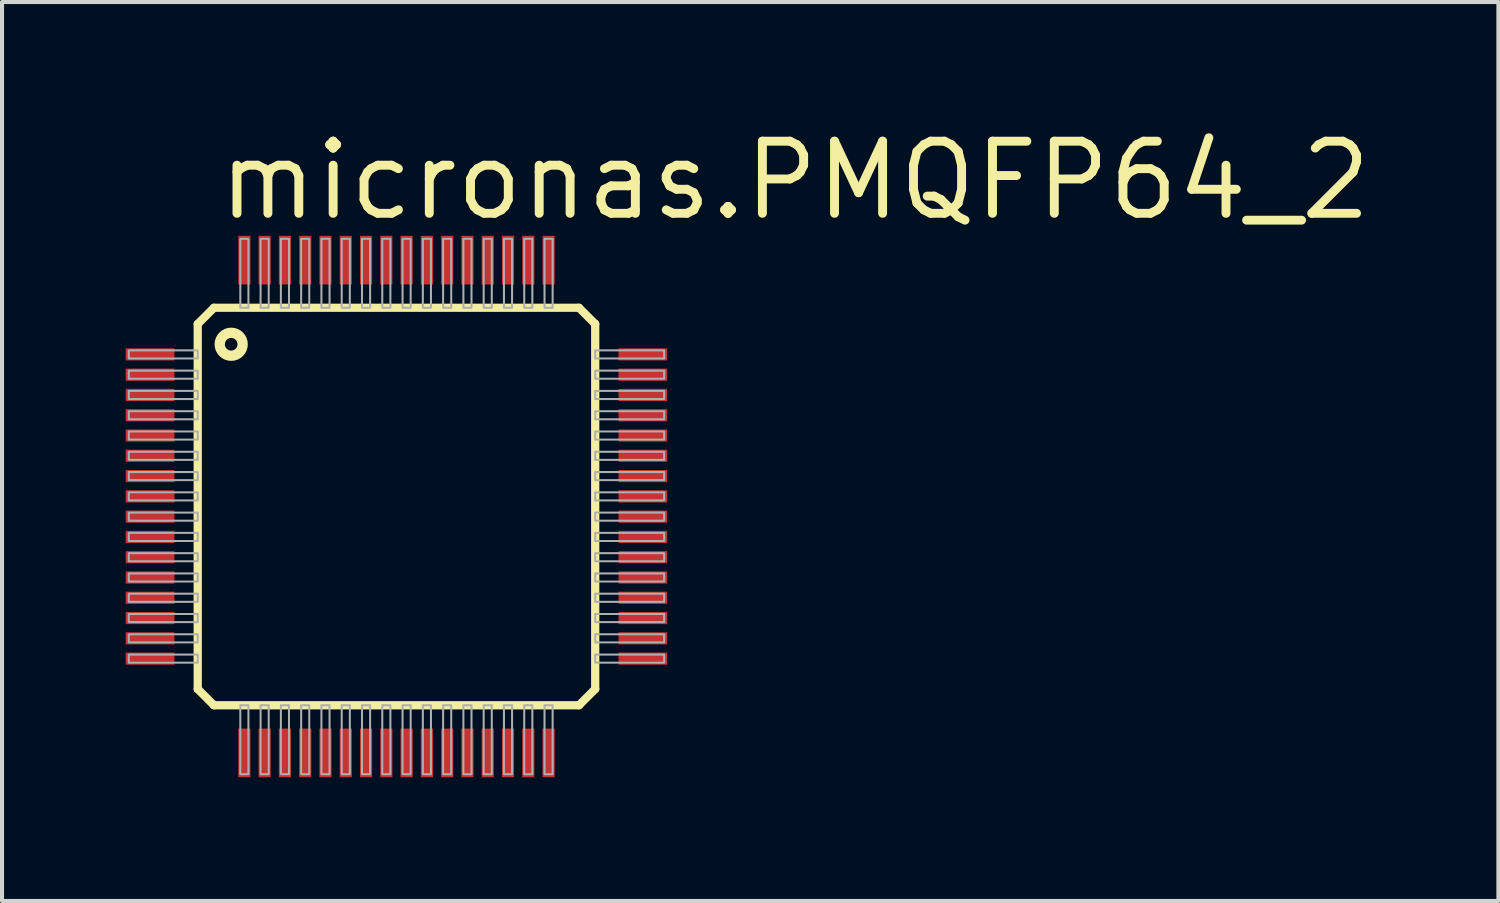
<source format=kicad_pcb>
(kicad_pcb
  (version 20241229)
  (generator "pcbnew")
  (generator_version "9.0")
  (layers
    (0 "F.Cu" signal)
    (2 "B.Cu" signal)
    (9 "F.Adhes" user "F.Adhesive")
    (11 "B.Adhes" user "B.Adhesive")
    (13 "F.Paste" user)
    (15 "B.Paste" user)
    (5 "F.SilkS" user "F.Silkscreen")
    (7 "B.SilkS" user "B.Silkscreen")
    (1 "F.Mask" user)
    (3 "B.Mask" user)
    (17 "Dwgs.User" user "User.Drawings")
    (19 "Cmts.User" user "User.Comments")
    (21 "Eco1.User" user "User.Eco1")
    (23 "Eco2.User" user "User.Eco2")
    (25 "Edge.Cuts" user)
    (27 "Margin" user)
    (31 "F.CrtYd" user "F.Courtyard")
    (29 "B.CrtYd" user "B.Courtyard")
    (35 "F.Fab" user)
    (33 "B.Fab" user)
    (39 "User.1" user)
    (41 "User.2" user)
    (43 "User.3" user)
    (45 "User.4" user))
  (footprint "micronas.PMQFP64_2"
    (layer "F.Cu")
    (at 6.725 9.438)
    (property "Reference" "micronas.PMQFP64_2" (at -4.5 -7 0) (layer "F.SilkS") (effects (font (size 1.778 1.778) (thickness 0.22)) (justify left bottom)))
    (attr smd)
    (fp_rect (start -6.7 -3.575) (end -5.45 -3.925) (stroke (width 0.05) (type default)) (fill yes) (layer "F.Mask"))
    (fp_rect (start -6.7 -3.075) (end -5.45 -3.425) (stroke (width 0.05) (type default)) (fill yes) (layer "F.Mask"))
    (fp_rect (start -6.7 -2.575) (end -5.45 -2.925) (stroke (width 0.05) (type default)) (fill yes) (layer "F.Mask"))
    (fp_rect (start -6.7 -2.075) (end -5.45 -2.425) (stroke (width 0.05) (type default)) (fill yes) (layer "F.Mask"))
    (fp_rect (start -6.7 -1.575) (end -5.45 -1.925) (stroke (width 0.05) (type default)) (fill yes) (layer "F.Mask"))
    (fp_rect (start -6.7 -1.075) (end -5.45 -1.425) (stroke (width 0.05) (type default)) (fill yes) (layer "F.Mask"))
    (fp_rect (start -6.7 -0.575) (end -5.45 -0.925) (stroke (width 0.05) (type default)) (fill yes) (layer "F.Mask"))
    (fp_rect (start -6.7 -0.075) (end -5.45 -0.425) (stroke (width 0.05) (type default)) (fill yes) (layer "F.Mask"))
    (fp_rect (start -6.7 0.425) (end -5.45 0.075) (stroke (width 0.05) (type default)) (fill yes) (layer "F.Mask"))
    (fp_rect (start -6.7 0.925) (end -5.45 0.575) (stroke (width 0.05) (type default)) (fill yes) (layer "F.Mask"))
    (fp_rect (start -6.7 1.425) (end -5.45 1.075) (stroke (width 0.05) (type default)) (fill yes) (layer "F.Mask"))
    (fp_rect (start -6.7 1.925) (end -5.45 1.575) (stroke (width 0.05) (type default)) (fill yes) (layer "F.Mask"))
    (fp_rect (start -6.7 2.425) (end -5.45 2.075) (stroke (width 0.05) (type default)) (fill yes) (layer "F.Mask"))
    (fp_rect (start -6.7 2.925) (end -5.45 2.575) (stroke (width 0.05) (type default)) (fill yes) (layer "F.Mask"))
    (fp_rect (start -6.7 3.425) (end -5.45 3.075) (stroke (width 0.05) (type default)) (fill yes) (layer "F.Mask"))
    (fp_rect (start -6.7 3.925) (end -5.45 3.575) (stroke (width 0.05) (type default)) (fill yes) (layer "F.Mask"))
    (fp_rect (start -3.925 -5.45) (end -3.575 -6.7) (stroke (width 0.05) (type default)) (fill yes) (layer "F.Mask"))
    (fp_rect (start -3.925 6.7) (end -3.575 5.45) (stroke (width 0.05) (type default)) (fill yes) (layer "F.Mask"))
    (fp_rect (start -3.425 -5.45) (end -3.075 -6.7) (stroke (width 0.05) (type default)) (fill yes) (layer "F.Mask"))
    (fp_rect (start -3.425 6.7) (end -3.075 5.45) (stroke (width 0.05) (type default)) (fill yes) (layer "F.Mask"))
    (fp_rect (start -2.925 -5.45) (end -2.575 -6.7) (stroke (width 0.05) (type default)) (fill yes) (layer "F.Mask"))
    (fp_rect (start -2.925 6.7) (end -2.575 5.45) (stroke (width 0.05) (type default)) (fill yes) (layer "F.Mask"))
    (fp_rect (start -2.425 -5.45) (end -2.075 -6.7) (stroke (width 0.05) (type default)) (fill yes) (layer "F.Mask"))
    (fp_rect (start -2.425 6.7) (end -2.075 5.45) (stroke (width 0.05) (type default)) (fill yes) (layer "F.Mask"))
    (fp_rect (start -1.925 -5.45) (end -1.575 -6.7) (stroke (width 0.05) (type default)) (fill yes) (layer "F.Mask"))
    (fp_rect (start -1.925 6.7) (end -1.575 5.45) (stroke (width 0.05) (type default)) (fill yes) (layer "F.Mask"))
    (fp_rect (start -1.425 -5.45) (end -1.075 -6.7) (stroke (width 0.05) (type default)) (fill yes) (layer "F.Mask"))
    (fp_rect (start -1.425 6.7) (end -1.075 5.45) (stroke (width 0.05) (type default)) (fill yes) (layer "F.Mask"))
    (fp_rect (start -0.925 -5.45) (end -0.575 -6.7) (stroke (width 0.05) (type default)) (fill yes) (layer "F.Mask"))
    (fp_rect (start -0.925 6.7) (end -0.575 5.45) (stroke (width 0.05) (type default)) (fill yes) (layer "F.Mask"))
    (fp_rect (start -0.425 -5.45) (end -0.075 -6.7) (stroke (width 0.05) (type default)) (fill yes) (layer "F.Mask"))
    (fp_rect (start -0.425 6.7) (end -0.075 5.45) (stroke (width 0.05) (type default)) (fill yes) (layer "F.Mask"))
    (fp_rect (start 0.075 -5.45) (end 0.425 -6.7) (stroke (width 0.05) (type default)) (fill yes) (layer "F.Mask"))
    (fp_rect (start 0.075 6.7) (end 0.425 5.45) (stroke (width 0.05) (type default)) (fill yes) (layer "F.Mask"))
    (fp_rect (start 0.575 -5.45) (end 0.925 -6.7) (stroke (width 0.05) (type default)) (fill yes) (layer "F.Mask"))
    (fp_rect (start 0.575 6.7) (end 0.925 5.45) (stroke (width 0.05) (type default)) (fill yes) (layer "F.Mask"))
    (fp_rect (start 1.075 -5.45) (end 1.425 -6.7) (stroke (width 0.05) (type default)) (fill yes) (layer "F.Mask"))
    (fp_rect (start 1.075 6.7) (end 1.425 5.45) (stroke (width 0.05) (type default)) (fill yes) (layer "F.Mask"))
    (fp_rect (start 1.575 -5.45) (end 1.925 -6.7) (stroke (width 0.05) (type default)) (fill yes) (layer "F.Mask"))
    (fp_rect (start 1.575 6.7) (end 1.925 5.45) (stroke (width 0.05) (type default)) (fill yes) (layer "F.Mask"))
    (fp_rect (start 2.075 -5.45) (end 2.425 -6.7) (stroke (width 0.05) (type default)) (fill yes) (layer "F.Mask"))
    (fp_rect (start 2.075 6.7) (end 2.425 5.45) (stroke (width 0.05) (type default)) (fill yes) (layer "F.Mask"))
    (fp_rect (start 2.575 -5.45) (end 2.925 -6.7) (stroke (width 0.05) (type default)) (fill yes) (layer "F.Mask"))
    (fp_rect (start 2.575 6.7) (end 2.925 5.45) (stroke (width 0.05) (type default)) (fill yes) (layer "F.Mask"))
    (fp_rect (start 3.075 -5.45) (end 3.425 -6.7) (stroke (width 0.05) (type default)) (fill yes) (layer "F.Mask"))
    (fp_rect (start 3.075 6.7) (end 3.425 5.45) (stroke (width 0.05) (type default)) (fill yes) (layer "F.Mask"))
    (fp_rect (start 3.575 -5.45) (end 3.925 -6.7) (stroke (width 0.05) (type default)) (fill yes) (layer "F.Mask"))
    (fp_rect (start 3.575 6.7) (end 3.925 5.45) (stroke (width 0.05) (type default)) (fill yes) (layer "F.Mask"))
    (fp_rect (start 5.45 -3.575) (end 6.7 -3.925) (stroke (width 0.05) (type default)) (fill yes) (layer "F.Mask"))
    (fp_rect (start 5.45 -3.075) (end 6.7 -3.425) (stroke (width 0.05) (type default)) (fill yes) (layer "F.Mask"))
    (fp_rect (start 5.45 -2.575) (end 6.7 -2.925) (stroke (width 0.05) (type default)) (fill yes) (layer "F.Mask"))
    (fp_rect (start 5.45 -2.075) (end 6.7 -2.425) (stroke (width 0.05) (type default)) (fill yes) (layer "F.Mask"))
    (fp_rect (start 5.45 -1.575) (end 6.7 -1.925) (stroke (width 0.05) (type default)) (fill yes) (layer "F.Mask"))
    (fp_rect (start 5.45 -1.075) (end 6.7 -1.425) (stroke (width 0.05) (type default)) (fill yes) (layer "F.Mask"))
    (fp_rect (start 5.45 -0.575) (end 6.7 -0.925) (stroke (width 0.05) (type default)) (fill yes) (layer "F.Mask"))
    (fp_rect (start 5.45 -0.075) (end 6.7 -0.425) (stroke (width 0.05) (type default)) (fill yes) (layer "F.Mask"))
    (fp_rect (start 5.45 0.425) (end 6.7 0.075) (stroke (width 0.05) (type default)) (fill yes) (layer "F.Mask"))
    (fp_rect (start 5.45 0.925) (end 6.7 0.575) (stroke (width 0.05) (type default)) (fill yes) (layer "F.Mask"))
    (fp_rect (start 5.45 1.425) (end 6.7 1.075) (stroke (width 0.05) (type default)) (fill yes) (layer "F.Mask"))
    (fp_rect (start 5.45 1.925) (end 6.7 1.575) (stroke (width 0.05) (type default)) (fill yes) (layer "F.Mask"))
    (fp_rect (start 5.45 2.425) (end 6.7 2.075) (stroke (width 0.05) (type default)) (fill yes) (layer "F.Mask"))
    (fp_rect (start 5.45 2.925) (end 6.7 2.575) (stroke (width 0.05) (type default)) (fill yes) (layer "F.Mask"))
    (fp_rect (start 5.45 3.425) (end 6.7 3.075) (stroke (width 0.05) (type default)) (fill yes) (layer "F.Mask"))
    (fp_rect (start 5.45 3.925) (end 6.7 3.575) (stroke (width 0.05) (type default)) (fill yes) (layer "F.Mask"))
    (fp_line (start -4.9 -4.5) (end -4.5 -4.9) (stroke (width 0.203) (type default)) (layer "F.SilkS"))
    (fp_line (start -4.9 4.5) (end -4.9 -4.5) (stroke (width 0.203) (type default)) (layer "F.SilkS"))
    (fp_line (start -4.5 -4.9) (end 4.5 -4.9) (stroke (width 0.203) (type default)) (layer "F.SilkS"))
    (fp_line (start -4.5 4.9) (end -4.9 4.5) (stroke (width 0.203) (type default)) (layer "F.SilkS"))
    (fp_line (start 4.5 -4.9) (end 4.9 -4.5) (stroke (width 0.203) (type default)) (layer "F.SilkS"))
    (fp_line (start 4.5 4.9) (end -4.5 4.9) (stroke (width 0.203) (type default)) (layer "F.SilkS"))
    (fp_line (start 4.9 -4.5) (end 4.9 4.5) (stroke (width 0.203) (type default)) (layer "F.SilkS"))
    (fp_line (start 4.9 4.5) (end 4.5 4.9) (stroke (width 0.203) (type default)) (layer "F.SilkS"))
    (fp_circle (center -4.075 -4) (end -3.792 -4) (stroke (width 0.254) (type default)) (fill no) (layer "F.SilkS"))
    (fp_rect (start -6.6 -3.65) (end -4.9 -3.85) (stroke (width 0.05) (type default)) (fill no) (layer "F.Fab"))
    (fp_rect (start -6.6 -3.15) (end -4.9 -3.35) (stroke (width 0.05) (type default)) (fill no) (layer "F.Fab"))
    (fp_rect (start -6.6 -2.65) (end -4.9 -2.85) (stroke (width 0.05) (type default)) (fill no) (layer "F.Fab"))
    (fp_rect (start -6.6 -2.15) (end -4.9 -2.35) (stroke (width 0.05) (type default)) (fill no) (layer "F.Fab"))
    (fp_rect (start -6.6 -1.65) (end -4.9 -1.85) (stroke (width 0.05) (type default)) (fill no) (layer "F.Fab"))
    (fp_rect (start -6.6 -1.15) (end -4.9 -1.35) (stroke (width 0.05) (type default)) (fill no) (layer "F.Fab"))
    (fp_rect (start -6.6 -0.65) (end -4.9 -0.85) (stroke (width 0.05) (type default)) (fill no) (layer "F.Fab"))
    (fp_rect (start -6.6 -0.15) (end -4.9 -0.35) (stroke (width 0.05) (type default)) (fill no) (layer "F.Fab"))
    (fp_rect (start -6.6 0.35) (end -4.9 0.15) (stroke (width 0.05) (type default)) (fill no) (layer "F.Fab"))
    (fp_rect (start -6.6 0.85) (end -4.9 0.65) (stroke (width 0.05) (type default)) (fill no) (layer "F.Fab"))
    (fp_rect (start -6.6 1.35) (end -4.9 1.15) (stroke (width 0.05) (type default)) (fill no) (layer "F.Fab"))
    (fp_rect (start -6.6 1.85) (end -4.9 1.65) (stroke (width 0.05) (type default)) (fill no) (layer "F.Fab"))
    (fp_rect (start -6.6 2.35) (end -4.9 2.15) (stroke (width 0.05) (type default)) (fill no) (layer "F.Fab"))
    (fp_rect (start -6.6 2.85) (end -4.9 2.65) (stroke (width 0.05) (type default)) (fill no) (layer "F.Fab"))
    (fp_rect (start -6.6 3.35) (end -4.9 3.15) (stroke (width 0.05) (type default)) (fill no) (layer "F.Fab"))
    (fp_rect (start -6.6 3.85) (end -4.9 3.65) (stroke (width 0.05) (type default)) (fill no) (layer "F.Fab"))
    (fp_rect (start -3.85 -4.9) (end -3.65 -6.6) (stroke (width 0.05) (type default)) (fill no) (layer "F.Fab"))
    (fp_rect (start -3.85 6.6) (end -3.65 4.9) (stroke (width 0.05) (type default)) (fill no) (layer "F.Fab"))
    (fp_rect (start -3.35 -4.9) (end -3.15 -6.6) (stroke (width 0.05) (type default)) (fill no) (layer "F.Fab"))
    (fp_rect (start -3.35 6.6) (end -3.15 4.9) (stroke (width 0.05) (type default)) (fill no) (layer "F.Fab"))
    (fp_rect (start -2.85 -4.9) (end -2.65 -6.6) (stroke (width 0.05) (type default)) (fill no) (layer "F.Fab"))
    (fp_rect (start -2.85 6.6) (end -2.65 4.9) (stroke (width 0.05) (type default)) (fill no) (layer "F.Fab"))
    (fp_rect (start -2.35 -4.9) (end -2.15 -6.6) (stroke (width 0.05) (type default)) (fill no) (layer "F.Fab"))
    (fp_rect (start -2.35 6.6) (end -2.15 4.9) (stroke (width 0.05) (type default)) (fill no) (layer "F.Fab"))
    (fp_rect (start -1.85 -4.9) (end -1.65 -6.6) (stroke (width 0.05) (type default)) (fill no) (layer "F.Fab"))
    (fp_rect (start -1.85 6.6) (end -1.65 4.9) (stroke (width 0.05) (type default)) (fill no) (layer "F.Fab"))
    (fp_rect (start -1.35 -4.9) (end -1.15 -6.6) (stroke (width 0.05) (type default)) (fill no) (layer "F.Fab"))
    (fp_rect (start -1.35 6.6) (end -1.15 4.9) (stroke (width 0.05) (type default)) (fill no) (layer "F.Fab"))
    (fp_rect (start -0.85 -4.9) (end -0.65 -6.6) (stroke (width 0.05) (type default)) (fill no) (layer "F.Fab"))
    (fp_rect (start -0.85 6.6) (end -0.65 4.9) (stroke (width 0.05) (type default)) (fill no) (layer "F.Fab"))
    (fp_rect (start -0.35 -4.9) (end -0.15 -6.6) (stroke (width 0.05) (type default)) (fill no) (layer "F.Fab"))
    (fp_rect (start -0.35 6.6) (end -0.15 4.9) (stroke (width 0.05) (type default)) (fill no) (layer "F.Fab"))
    (fp_rect (start 0.15 -4.9) (end 0.35 -6.6) (stroke (width 0.05) (type default)) (fill no) (layer "F.Fab"))
    (fp_rect (start 0.15 6.6) (end 0.35 4.9) (stroke (width 0.05) (type default)) (fill no) (layer "F.Fab"))
    (fp_rect (start 0.65 -4.9) (end 0.85 -6.6) (stroke (width 0.05) (type default)) (fill no) (layer "F.Fab"))
    (fp_rect (start 0.65 6.6) (end 0.85 4.9) (stroke (width 0.05) (type default)) (fill no) (layer "F.Fab"))
    (fp_rect (start 1.15 -4.9) (end 1.35 -6.6) (stroke (width 0.05) (type default)) (fill no) (layer "F.Fab"))
    (fp_rect (start 1.15 6.6) (end 1.35 4.9) (stroke (width 0.05) (type default)) (fill no) (layer "F.Fab"))
    (fp_rect (start 1.65 -4.9) (end 1.85 -6.6) (stroke (width 0.05) (type default)) (fill no) (layer "F.Fab"))
    (fp_rect (start 1.65 6.6) (end 1.85 4.9) (stroke (width 0.05) (type default)) (fill no) (layer "F.Fab"))
    (fp_rect (start 2.15 -4.9) (end 2.35 -6.6) (stroke (width 0.05) (type default)) (fill no) (layer "F.Fab"))
    (fp_rect (start 2.15 6.6) (end 2.35 4.9) (stroke (width 0.05) (type default)) (fill no) (layer "F.Fab"))
    (fp_rect (start 2.65 -4.9) (end 2.85 -6.6) (stroke (width 0.05) (type default)) (fill no) (layer "F.Fab"))
    (fp_rect (start 2.65 6.6) (end 2.85 4.9) (stroke (width 0.05) (type default)) (fill no) (layer "F.Fab"))
    (fp_rect (start 3.15 -4.9) (end 3.35 -6.6) (stroke (width 0.05) (type default)) (fill no) (layer "F.Fab"))
    (fp_rect (start 3.15 6.6) (end 3.35 4.9) (stroke (width 0.05) (type default)) (fill no) (layer "F.Fab"))
    (fp_rect (start 3.65 -4.9) (end 3.85 -6.6) (stroke (width 0.05) (type default)) (fill no) (layer "F.Fab"))
    (fp_rect (start 3.65 6.6) (end 3.85 4.9) (stroke (width 0.05) (type default)) (fill no) (layer "F.Fab"))
    (fp_rect (start 4.9 -3.65) (end 6.6 -3.85) (stroke (width 0.05) (type default)) (fill no) (layer "F.Fab"))
    (fp_rect (start 4.9 -3.15) (end 6.6 -3.35) (stroke (width 0.05) (type default)) (fill no) (layer "F.Fab"))
    (fp_rect (start 4.9 -2.65) (end 6.6 -2.85) (stroke (width 0.05) (type default)) (fill no) (layer "F.Fab"))
    (fp_rect (start 4.9 -2.15) (end 6.6 -2.35) (stroke (width 0.05) (type default)) (fill no) (layer "F.Fab"))
    (fp_rect (start 4.9 -1.65) (end 6.6 -1.85) (stroke (width 0.05) (type default)) (fill no) (layer "F.Fab"))
    (fp_rect (start 4.9 -1.15) (end 6.6 -1.35) (stroke (width 0.05) (type default)) (fill no) (layer "F.Fab"))
    (fp_rect (start 4.9 -0.65) (end 6.6 -0.85) (stroke (width 0.05) (type default)) (fill no) (layer "F.Fab"))
    (fp_rect (start 4.9 -0.15) (end 6.6 -0.35) (stroke (width 0.05) (type default)) (fill no) (layer "F.Fab"))
    (fp_rect (start 4.9 0.35) (end 6.6 0.15) (stroke (width 0.05) (type default)) (fill no) (layer "F.Fab"))
    (fp_rect (start 4.9 0.85) (end 6.6 0.65) (stroke (width 0.05) (type default)) (fill no) (layer "F.Fab"))
    (fp_rect (start 4.9 1.35) (end 6.6 1.15) (stroke (width 0.05) (type default)) (fill no) (layer "F.Fab"))
    (fp_rect (start 4.9 1.85) (end 6.6 1.65) (stroke (width 0.05) (type default)) (fill no) (layer "F.Fab"))
    (fp_rect (start 4.9 2.35) (end 6.6 2.15) (stroke (width 0.05) (type default)) (fill no) (layer "F.Fab"))
    (fp_rect (start 4.9 2.85) (end 6.6 2.65) (stroke (width 0.05) (type default)) (fill no) (layer "F.Fab"))
    (fp_rect (start 4.9 3.35) (end 6.6 3.15) (stroke (width 0.05) (type default)) (fill no) (layer "F.Fab"))
    (fp_rect (start 4.9 3.85) (end 6.6 3.65) (stroke (width 0.05) (type default)) (fill no) (layer "F.Fab"))
    (pad "1" smd roundrect (at -6.075 -3.75) (size 1.2 0.3) (layers "F.Cu" "F.Mask" "F.Paste") (roundrect_rratio 0.01))
    (pad "2" smd roundrect (at -6.075 -3.25) (size 1.2 0.3) (layers "F.Cu" "F.Mask" "F.Paste") (roundrect_rratio 0.01))
    (pad "3" smd roundrect (at -6.075 -2.75) (size 1.2 0.3) (layers "F.Cu" "F.Mask" "F.Paste") (roundrect_rratio 0.01))
    (pad "4" smd roundrect (at -6.075 -2.25) (size 1.2 0.3) (layers "F.Cu" "F.Mask" "F.Paste") (roundrect_rratio 0.01))
    (pad "5" smd roundrect (at -6.075 -1.75) (size 1.2 0.3) (layers "F.Cu" "F.Mask" "F.Paste") (roundrect_rratio 0.01))
    (pad "6" smd roundrect (at -6.075 -1.25) (size 1.2 0.3) (layers "F.Cu" "F.Mask" "F.Paste") (roundrect_rratio 0.01))
    (pad "7" smd roundrect (at -6.075 -0.75) (size 1.2 0.3) (layers "F.Cu" "F.Mask" "F.Paste") (roundrect_rratio 0.01))
    (pad "8" smd roundrect (at -6.075 -0.25) (size 1.2 0.3) (layers "F.Cu" "F.Mask" "F.Paste") (roundrect_rratio 0.01))
    (pad "9" smd roundrect (at -6.075 0.25) (size 1.2 0.3) (layers "F.Cu" "F.Mask" "F.Paste") (roundrect_rratio 0.01))
    (pad "10" smd roundrect (at -6.075 0.75) (size 1.2 0.3) (layers "F.Cu" "F.Mask" "F.Paste") (roundrect_rratio 0.01))
    (pad "11" smd roundrect (at -6.075 1.25) (size 1.2 0.3) (layers "F.Cu" "F.Mask" "F.Paste") (roundrect_rratio 0.01))
    (pad "12" smd roundrect (at -6.075 1.75) (size 1.2 0.3) (layers "F.Cu" "F.Mask" "F.Paste") (roundrect_rratio 0.01))
    (pad "13" smd roundrect (at -6.075 2.25) (size 1.2 0.3) (layers "F.Cu" "F.Mask" "F.Paste") (roundrect_rratio 0.01))
    (pad "14" smd roundrect (at -6.075 2.75) (size 1.2 0.3) (layers "F.Cu" "F.Mask" "F.Paste") (roundrect_rratio 0.01))
    (pad "15" smd roundrect (at -6.075 3.25) (size 1.2 0.3) (layers "F.Cu" "F.Mask" "F.Paste") (roundrect_rratio 0.01))
    (pad "16" smd roundrect (at -6.075 3.75) (size 1.2 0.3) (layers "F.Cu" "F.Mask" "F.Paste") (roundrect_rratio 0.01))
    (pad "17" smd roundrect (at -3.75 6.075 90) (size 1.2 0.3) (layers "F.Cu" "F.Mask" "F.Paste") (roundrect_rratio 0.01))
    (pad "18" smd roundrect (at -3.25 6.075 90) (size 1.2 0.3) (layers "F.Cu" "F.Mask" "F.Paste") (roundrect_rratio 0.01))
    (pad "19" smd roundrect (at -2.75 6.075 90) (size 1.2 0.3) (layers "F.Cu" "F.Mask" "F.Paste") (roundrect_rratio 0.01))
    (pad "20" smd roundrect (at -2.25 6.075 90) (size 1.2 0.3) (layers "F.Cu" "F.Mask" "F.Paste") (roundrect_rratio 0.01))
    (pad "21" smd roundrect (at -1.75 6.075 90) (size 1.2 0.3) (layers "F.Cu" "F.Mask" "F.Paste") (roundrect_rratio 0.01))
    (pad "22" smd roundrect (at -1.25 6.075 90) (size 1.2 0.3) (layers "F.Cu" "F.Mask" "F.Paste") (roundrect_rratio 0.01))
    (pad "23" smd roundrect (at -0.75 6.075 90) (size 1.2 0.3) (layers "F.Cu" "F.Mask" "F.Paste") (roundrect_rratio 0.01))
    (pad "24" smd roundrect (at -0.25 6.075 90) (size 1.2 0.3) (layers "F.Cu" "F.Mask" "F.Paste") (roundrect_rratio 0.01))
    (pad "25" smd roundrect (at 0.25 6.075 90) (size 1.2 0.3) (layers "F.Cu" "F.Mask" "F.Paste") (roundrect_rratio 0.01))
    (pad "26" smd roundrect (at 0.75 6.075 90) (size 1.2 0.3) (layers "F.Cu" "F.Mask" "F.Paste") (roundrect_rratio 0.01))
    (pad "27" smd roundrect (at 1.25 6.075 90) (size 1.2 0.3) (layers "F.Cu" "F.Mask" "F.Paste") (roundrect_rratio 0.01))
    (pad "28" smd roundrect (at 1.75 6.075 90) (size 1.2 0.3) (layers "F.Cu" "F.Mask" "F.Paste") (roundrect_rratio 0.01))
    (pad "29" smd roundrect (at 2.25 6.075 90) (size 1.2 0.3) (layers "F.Cu" "F.Mask" "F.Paste") (roundrect_rratio 0.01))
    (pad "30" smd roundrect (at 2.75 6.075 90) (size 1.2 0.3) (layers "F.Cu" "F.Mask" "F.Paste") (roundrect_rratio 0.01))
    (pad "31" smd roundrect (at 3.25 6.075 90) (size 1.2 0.3) (layers "F.Cu" "F.Mask" "F.Paste") (roundrect_rratio 0.01))
    (pad "32" smd roundrect (at 3.75 6.075 90) (size 1.2 0.3) (layers "F.Cu" "F.Mask" "F.Paste") (roundrect_rratio 0.01))
    (pad "33" smd roundrect (at 6.075 3.75 180) (size 1.2 0.3) (layers "F.Cu" "F.Mask" "F.Paste") (roundrect_rratio 0.01))
    (pad "34" smd roundrect (at 6.075 3.25 180) (size 1.2 0.3) (layers "F.Cu" "F.Mask" "F.Paste") (roundrect_rratio 0.01))
    (pad "35" smd roundrect (at 6.075 2.75 180) (size 1.2 0.3) (layers "F.Cu" "F.Mask" "F.Paste") (roundrect_rratio 0.01))
    (pad "36" smd roundrect (at 6.075 2.25 180) (size 1.2 0.3) (layers "F.Cu" "F.Mask" "F.Paste") (roundrect_rratio 0.01))
    (pad "37" smd roundrect (at 6.075 1.75 180) (size 1.2 0.3) (layers "F.Cu" "F.Mask" "F.Paste") (roundrect_rratio 0.01))
    (pad "38" smd roundrect (at 6.075 1.25 180) (size 1.2 0.3) (layers "F.Cu" "F.Mask" "F.Paste") (roundrect_rratio 0.01))
    (pad "39" smd roundrect (at 6.075 0.75 180) (size 1.2 0.3) (layers "F.Cu" "F.Mask" "F.Paste") (roundrect_rratio 0.01))
    (pad "40" smd roundrect (at 6.075 0.25 180) (size 1.2 0.3) (layers "F.Cu" "F.Mask" "F.Paste") (roundrect_rratio 0.01))
    (pad "41" smd roundrect (at 6.075 -0.25 180) (size 1.2 0.3) (layers "F.Cu" "F.Mask" "F.Paste") (roundrect_rratio 0.01))
    (pad "42" smd roundrect (at 6.075 -0.75 180) (size 1.2 0.3) (layers "F.Cu" "F.Mask" "F.Paste") (roundrect_rratio 0.01))
    (pad "43" smd roundrect (at 6.075 -1.25 180) (size 1.2 0.3) (layers "F.Cu" "F.Mask" "F.Paste") (roundrect_rratio 0.01))
    (pad "44" smd roundrect (at 6.075 -1.75 180) (size 1.2 0.3) (layers "F.Cu" "F.Mask" "F.Paste") (roundrect_rratio 0.01))
    (pad "45" smd roundrect (at 6.075 -2.25 180) (size 1.2 0.3) (layers "F.Cu" "F.Mask" "F.Paste") (roundrect_rratio 0.01))
    (pad "46" smd roundrect (at 6.075 -2.75 180) (size 1.2 0.3) (layers "F.Cu" "F.Mask" "F.Paste") (roundrect_rratio 0.01))
    (pad "47" smd roundrect (at 6.075 -3.25 180) (size 1.2 0.3) (layers "F.Cu" "F.Mask" "F.Paste") (roundrect_rratio 0.01))
    (pad "48" smd roundrect (at 6.075 -3.75 180) (size 1.2 0.3) (layers "F.Cu" "F.Mask" "F.Paste") (roundrect_rratio 0.01))
    (pad "49" smd roundrect (at 3.75 -6.075 270) (size 1.2 0.3) (layers "F.Cu" "F.Mask" "F.Paste") (roundrect_rratio 0.01))
    (pad "50" smd roundrect (at 3.25 -6.075 270) (size 1.2 0.3) (layers "F.Cu" "F.Mask" "F.Paste") (roundrect_rratio 0.01))
    (pad "51" smd roundrect (at 2.75 -6.075 270) (size 1.2 0.3) (layers "F.Cu" "F.Mask" "F.Paste") (roundrect_rratio 0.01))
    (pad "52" smd roundrect (at 2.25 -6.075 270) (size 1.2 0.3) (layers "F.Cu" "F.Mask" "F.Paste") (roundrect_rratio 0.01))
    (pad "53" smd roundrect (at 1.75 -6.075 270) (size 1.2 0.3) (layers "F.Cu" "F.Mask" "F.Paste") (roundrect_rratio 0.01))
    (pad "54" smd roundrect (at 1.25 -6.075 270) (size 1.2 0.3) (layers "F.Cu" "F.Mask" "F.Paste") (roundrect_rratio 0.01))
    (pad "55" smd roundrect (at 0.75 -6.075 270) (size 1.2 0.3) (layers "F.Cu" "F.Mask" "F.Paste") (roundrect_rratio 0.01))
    (pad "56" smd roundrect (at 0.25 -6.075 270) (size 1.2 0.3) (layers "F.Cu" "F.Mask" "F.Paste") (roundrect_rratio 0.01))
    (pad "57" smd roundrect (at -0.25 -6.075 270) (size 1.2 0.3) (layers "F.Cu" "F.Mask" "F.Paste") (roundrect_rratio 0.01))
    (pad "58" smd roundrect (at -0.75 -6.075 270) (size 1.2 0.3) (layers "F.Cu" "F.Mask" "F.Paste") (roundrect_rratio 0.01))
    (pad "59" smd roundrect (at -1.25 -6.075 270) (size 1.2 0.3) (layers "F.Cu" "F.Mask" "F.Paste") (roundrect_rratio 0.01))
    (pad "60" smd roundrect (at -1.75 -6.075 270) (size 1.2 0.3) (layers "F.Cu" "F.Mask" "F.Paste") (roundrect_rratio 0.01))
    (pad "61" smd roundrect (at -2.25 -6.075 270) (size 1.2 0.3) (layers "F.Cu" "F.Mask" "F.Paste") (roundrect_rratio 0.01))
    (pad "62" smd roundrect (at -2.75 -6.075 270) (size 1.2 0.3) (layers "F.Cu" "F.Mask" "F.Paste") (roundrect_rratio 0.01))
    (pad "63" smd roundrect (at -3.25 -6.075 270) (size 1.2 0.3) (layers "F.Cu" "F.Mask" "F.Paste") (roundrect_rratio 0.01))
    (pad "64" smd roundrect (at -3.75 -6.075 270) (size 1.2 0.3) (layers "F.Cu" "F.Mask" "F.Paste") (roundrect_rratio 0.01)))
  (gr_rect
    (start -3 -3)
    (end 33.893 19.163)
    (stroke (width 0.1) (type default))
    (fill no)
    (layer "Edge.Cuts")))
</source>
